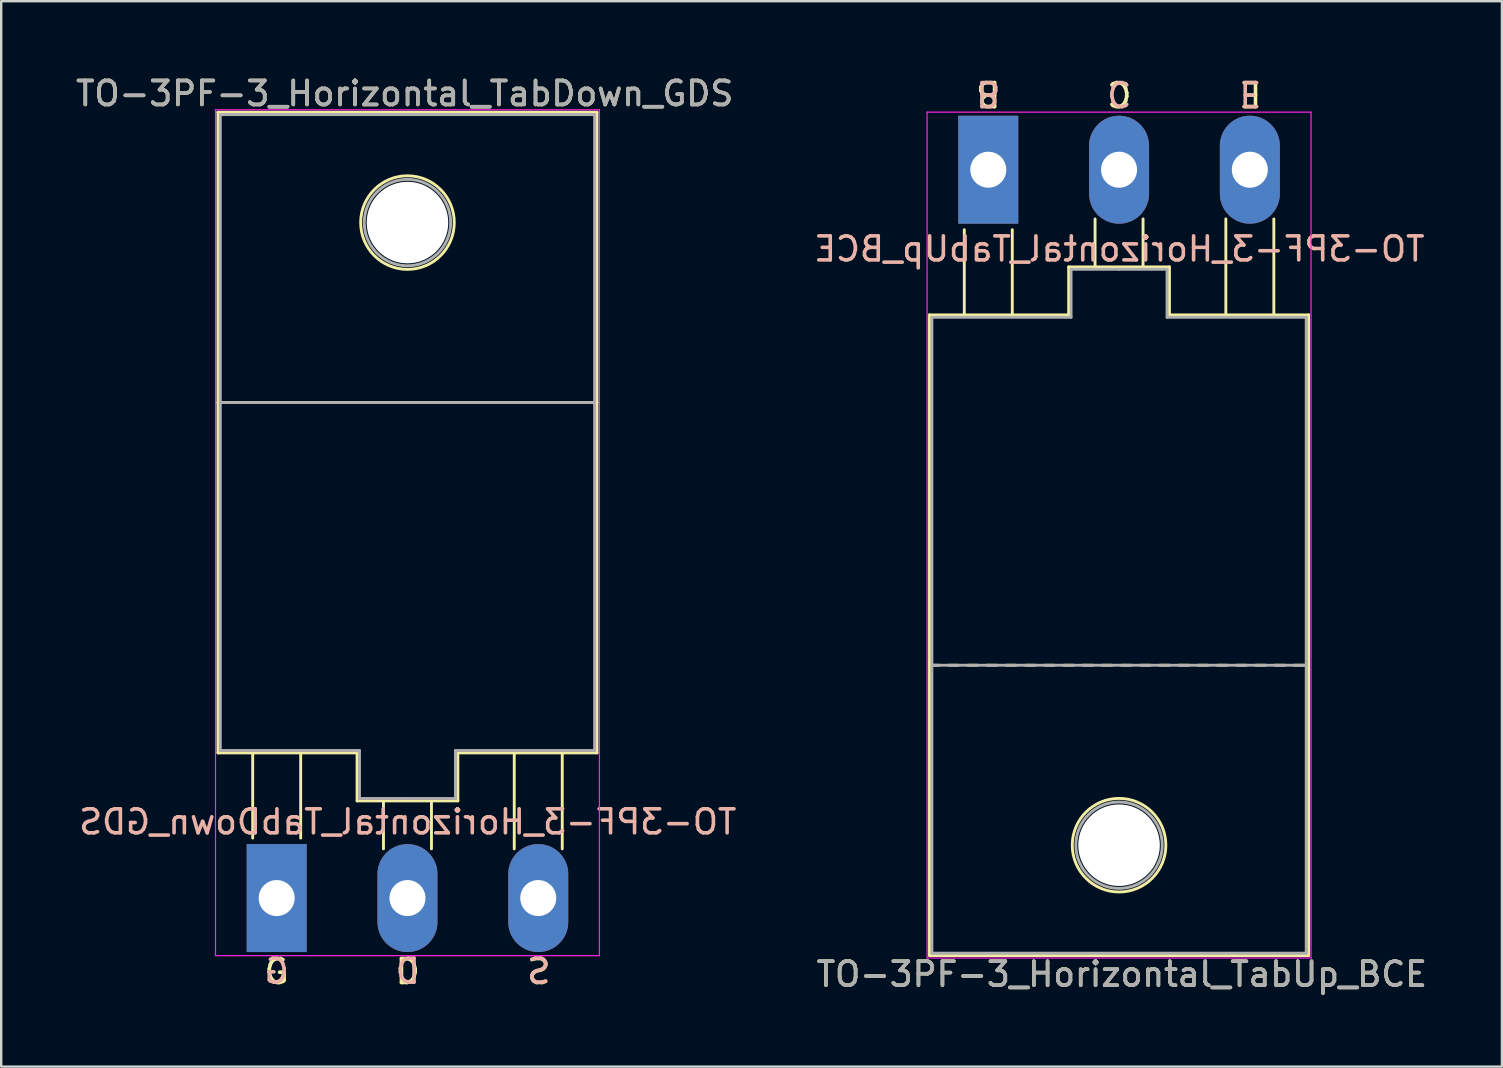
<source format=kicad_pcb>
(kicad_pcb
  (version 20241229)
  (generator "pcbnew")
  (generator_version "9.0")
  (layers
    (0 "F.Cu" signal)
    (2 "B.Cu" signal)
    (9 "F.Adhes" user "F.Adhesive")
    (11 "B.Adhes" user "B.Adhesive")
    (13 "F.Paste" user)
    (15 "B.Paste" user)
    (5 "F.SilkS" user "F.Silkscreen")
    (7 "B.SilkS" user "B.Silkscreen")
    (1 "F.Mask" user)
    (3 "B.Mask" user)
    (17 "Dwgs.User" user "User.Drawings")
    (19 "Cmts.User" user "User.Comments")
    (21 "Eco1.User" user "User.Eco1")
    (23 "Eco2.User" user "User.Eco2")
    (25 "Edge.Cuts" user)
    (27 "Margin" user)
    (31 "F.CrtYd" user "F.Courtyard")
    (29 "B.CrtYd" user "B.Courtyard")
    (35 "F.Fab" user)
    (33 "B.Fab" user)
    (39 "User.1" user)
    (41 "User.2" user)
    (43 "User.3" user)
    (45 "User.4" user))
  (footprint "TO-3PF-3_Horizontal_TabDown_GDS"
    (layer "F.Cu")
    (at 8.481 34.376)
    (property "Reference" "TO-3PF-3_Horizontal_TabDown_GDS" (at 5.334 -33.528 0) (layer "F.SilkS") (effects (font (size 1 1) (thickness 0.15))))
    (fp_line (start -2.45 -32.75) (end 13.35 -32.75) (stroke (width 0.12) (type solid)) (layer "F.SilkS"))
    (fp_line (start -2.45 -6.05) (end -2.45 -32.75) (stroke (width 0.12) (type solid)) (layer "F.SilkS"))
    (fp_line (start -1 -6) (end -1 -2.5) (stroke (width 0.12) (type solid)) (layer "F.SilkS"))
    (fp_line (start 1 -6) (end 1 -2.5) (stroke (width 0.12) (type solid)) (layer "F.SilkS"))
    (fp_line (start 3.35 -6.05) (end -2.45 -6.05) (stroke (width 0.12) (type solid)) (layer "F.SilkS"))
    (fp_line (start 3.35 -4.05) (end 3.35 -6.05) (stroke (width 0.12) (type solid)) (layer "F.SilkS"))
    (fp_line (start 4.45 -4.05) (end 4.45 -2.05) (stroke (width 0.12) (type solid)) (layer "F.SilkS"))
    (fp_line (start 6.45 -4.05) (end 6.45 -2.05) (stroke (width 0.12) (type solid)) (layer "F.SilkS"))
    (fp_line (start 7.55 -6.05) (end 7.55 -4.05) (stroke (width 0.12) (type solid)) (layer "F.SilkS"))
    (fp_line (start 7.55 -4.05) (end 3.35 -4.05) (stroke (width 0.12) (type solid)) (layer "F.SilkS"))
    (fp_line (start 9.9 -6) (end 9.9 -2.05) (stroke (width 0.12) (type solid)) (layer "F.SilkS"))
    (fp_line (start 11.9 -6) (end 11.9 -2.05) (stroke (width 0.12) (type solid)) (layer "F.SilkS"))
    (fp_line (start 13.35 -32.75) (end 13.35 -6.05) (stroke (width 0.12) (type solid)) (layer "F.SilkS"))
    (fp_line (start 13.35 -20.65) (end -2.45 -20.65) (stroke (width 0.12) (type solid)) (layer "F.SilkS"))
    (fp_line (start 13.35 -6.05) (end 7.55 -6.05) (stroke (width 0.12) (type solid)) (layer "F.SilkS"))
    (fp_circle (center 5.45 -28.15) (end 7.4 -28.15) (stroke (width 0.12) (type solid)) (fill no) (layer "F.SilkS"))
    (fp_line (start -2.55 -32.85) (end -2.55 2.4) (stroke (width 0.05) (type solid)) (layer "F.CrtYd"))
    (fp_line (start -2.55 2.4) (end 13.45 2.4) (stroke (width 0.05) (type solid)) (layer "F.CrtYd"))
    (fp_line (start 13.45 -32.85) (end -2.55 -32.85) (stroke (width 0.05) (type solid)) (layer "F.CrtYd"))
    (fp_line (start 13.45 2.4) (end 13.45 -32.85) (stroke (width 0.05) (type solid)) (layer "F.CrtYd"))
    (fp_line (start -2.35 -32.65) (end 13.25 -32.65) (stroke (width 0.12) (type solid)) (layer "F.Fab"))
    (fp_line (start -2.35 -20.65) (end 13.25 -20.65) (stroke (width 0.12) (type solid)) (layer "F.Fab"))
    (fp_line (start -2.35 -6.15) (end -2.35 -32.65) (stroke (width 0.12) (type solid)) (layer "F.Fab"))
    (fp_line (start 3.45 -6.15) (end -2.35 -6.15) (stroke (width 0.12) (type solid)) (layer "F.Fab"))
    (fp_line (start 3.45 -4.15) (end 3.45 -6.15) (stroke (width 0.12) (type solid)) (layer "F.Fab"))
    (fp_line (start 5.45 -4.15) (end 3.45 -4.15) (stroke (width 0.12) (type solid)) (layer "F.Fab"))
    (fp_line (start 5.45 -4.15) (end 7.45 -4.15) (stroke (width 0.12) (type solid)) (layer "F.Fab"))
    (fp_line (start 7.45 -4.15) (end 7.45 -6.15) (stroke (width 0.12) (type solid)) (layer "F.Fab"))
    (fp_line (start 13.25 -32.65) (end 13.25 -6.15) (stroke (width 0.12) (type solid)) (layer "F.Fab"))
    (fp_line (start 13.25 -6.15) (end 7.45 -6.15) (stroke (width 0.12) (type solid)) (layer "F.Fab"))
    (fp_circle (center 5.45 -28.15) (end 7.25 -28.15) (stroke (width 0.12) (type solid)) (fill no) (layer "F.Fab"))
    (fp_text user "G" (at 0 3.064 0) (unlocked yes) (layer "F.SilkS") (effects (font (size 1 1) (thickness 0.15))))
    (fp_text user "D" (at 5.461 3.064 0) (unlocked yes) (layer "F.SilkS") (effects (font (size 1 1) (thickness 0.15))))
    (fp_text user "S" (at 10.922 3.064 0) (layer "F.SilkS") (effects (font (size 1 1) (thickness 0.15)) (justify mirror)))
    (fp_text user "G" (at 0 3.048 0) (unlocked yes) (layer "B.SilkS") (effects (font (size 1 1) (thickness 0.15)) (justify mirror)))
    (fp_text user "${REFERENCE}" (at 5.461 -3.175 0) (layer "B.SilkS") (effects (font (size 1 1) (thickness 0.15)) (justify mirror)))
    (fp_text user "D" (at 5.461 3.048 0) (unlocked yes) (layer "B.SilkS") (effects (font (size 1 1) (thickness 0.15)) (justify mirror)))
    (fp_text user "S" (at 10.922 3.048 0) (layer "B.SilkS") (effects (font (size 1 1) (thickness 0.15)) (justify mirror)))
    (fp_text user "${REFERENCE}" (at 5.334 -33.528 0) (layer "F.Fab") (effects (font (size 1 1) (thickness 0.15))))
    (pad "" np_thru_hole circle (at 5.45 -28.15) (size 3.4 3.4) (drill 3.4) (layers "*.Cu" "*.Mask"))
    (pad "1" thru_hole rect (at 0 0) (size 2.5 4.5) (drill 1.5) (layers "*.Cu" "*.Mask"))
    (pad "2" thru_hole oval (at 5.45 0) (size 2.5 4.5) (drill 1.5) (layers "*.Cu" "*.Mask"))
    (pad "3" thru_hole oval (at 10.9 0) (size 2.5 4.5) (drill 1.5) (layers "*.Cu" "*.Mask")))
  (footprint "TO-3PF-3_Horizontal_TabUp_BCE"
    (layer "F.Cu")
    (at 38.136 4.023)
    (property "Reference" "TO-3PF-3_Horizontal_TabUp_BCE" (at 5.566 33.528 180) (layer "F.SilkS") (effects (font (size 1 1) (thickness 0.15))))
    (fp_line (start -2.45 6.05) (end 3.35 6.05) (stroke (width 0.12) (type solid)) (layer "F.SilkS"))
    (fp_line (start -2.45 20.65) (end -2.05 20.65) (stroke (width 0.12) (type solid)) (layer "F.SilkS"))
    (fp_line (start -2.45 32.75) (end -2.45 6.05) (stroke (width 0.12) (type solid)) (layer "F.SilkS"))
    (fp_line (start -1.65 20.65) (end -1.25 20.65) (stroke (width 0.12) (type solid)) (layer "F.SilkS"))
    (fp_line (start -1 6) (end -1 2.5) (stroke (width 0.12) (type solid)) (layer "F.SilkS"))
    (fp_line (start -0.85 20.65) (end -0.45 20.65) (stroke (width 0.12) (type solid)) (layer "F.SilkS"))
    (fp_line (start -0.05 20.65) (end 0.35 20.65) (stroke (width 0.12) (type solid)) (layer "F.SilkS"))
    (fp_line (start 0.75 20.65) (end 1.15 20.65) (stroke (width 0.12) (type solid)) (layer "F.SilkS"))
    (fp_line (start 1 6) (end 1 2.5) (stroke (width 0.12) (type solid)) (layer "F.SilkS"))
    (fp_line (start 1.55 20.65) (end 1.95 20.65) (stroke (width 0.12) (type solid)) (layer "F.SilkS"))
    (fp_line (start 2.35 20.65) (end 2.75 20.65) (stroke (width 0.12) (type solid)) (layer "F.SilkS"))
    (fp_line (start 3.15 20.65) (end 3.55 20.65) (stroke (width 0.12) (type solid)) (layer "F.SilkS"))
    (fp_line (start 3.35 4.05) (end 7.55 4.05) (stroke (width 0.12) (type solid)) (layer "F.SilkS"))
    (fp_line (start 3.35 6.05) (end 3.35 4.05) (stroke (width 0.12) (type solid)) (layer "F.SilkS"))
    (fp_line (start 3.95 20.65) (end 4.35 20.65) (stroke (width 0.12) (type solid)) (layer "F.SilkS"))
    (fp_line (start 4.45 4.05) (end 4.45 2.05) (stroke (width 0.12) (type solid)) (layer "F.SilkS"))
    (fp_line (start 4.75 20.65) (end 5.15 20.65) (stroke (width 0.12) (type solid)) (layer "F.SilkS"))
    (fp_line (start 5.55 20.65) (end 5.95 20.65) (stroke (width 0.12) (type solid)) (layer "F.SilkS"))
    (fp_line (start 6.35 20.65) (end 6.75 20.65) (stroke (width 0.12) (type solid)) (layer "F.SilkS"))
    (fp_line (start 6.45 4.05) (end 6.45 2.05) (stroke (width 0.12) (type solid)) (layer "F.SilkS"))
    (fp_line (start 7.15 20.65) (end 7.55 20.65) (stroke (width 0.12) (type solid)) (layer "F.SilkS"))
    (fp_line (start 7.55 4.05) (end 7.55 6.05) (stroke (width 0.12) (type solid)) (layer "F.SilkS"))
    (fp_line (start 7.55 6.05) (end 13.35 6.05) (stroke (width 0.12) (type solid)) (layer "F.SilkS"))
    (fp_line (start 7.95 20.65) (end 8.35 20.65) (stroke (width 0.12) (type solid)) (layer "F.SilkS"))
    (fp_line (start 8.75 20.65) (end 9.15 20.65) (stroke (width 0.12) (type solid)) (layer "F.SilkS"))
    (fp_line (start 9.55 20.65) (end 9.95 20.65) (stroke (width 0.12) (type solid)) (layer "F.SilkS"))
    (fp_line (start 9.9 6) (end 9.9 2.05) (stroke (width 0.12) (type solid)) (layer "F.SilkS"))
    (fp_line (start 10.35 20.65) (end 10.75 20.65) (stroke (width 0.12) (type solid)) (layer "F.SilkS"))
    (fp_line (start 11.15 20.65) (end 11.55 20.65) (stroke (width 0.12) (type solid)) (layer "F.SilkS"))
    (fp_line (start 11.9 6) (end 11.9 2.05) (stroke (width 0.12) (type solid)) (layer "F.SilkS"))
    (fp_line (start 11.95 20.65) (end 12.35 20.65) (stroke (width 0.12) (type solid)) (layer "F.SilkS"))
    (fp_line (start 12.75 20.65) (end 13.15 20.65) (stroke (width 0.12) (type solid)) (layer "F.SilkS"))
    (fp_line (start 13.35 6.05) (end 13.35 32.75) (stroke (width 0.12) (type solid)) (layer "F.SilkS"))
    (fp_line (start 13.35 32.75) (end -2.45 32.75) (stroke (width 0.12) (type solid)) (layer "F.SilkS"))
    (fp_circle (center 5.45 28.15) (end 3.5 28.15) (stroke (width 0.12) (type solid)) (fill no) (layer "F.SilkS"))
    (fp_line (start -2.55 -2.4) (end -2.55 32.85) (stroke (width 0.05) (type solid)) (layer "F.CrtYd"))
    (fp_line (start -2.55 32.85) (end 13.45 32.85) (stroke (width 0.05) (type solid)) (layer "F.CrtYd"))
    (fp_line (start 13.45 -2.4) (end -2.55 -2.4) (stroke (width 0.05) (type solid)) (layer "F.CrtYd"))
    (fp_line (start 13.45 32.85) (end 13.45 -2.4) (stroke (width 0.05) (type solid)) (layer "F.CrtYd"))
    (fp_line (start -2.35 6.15) (end 3.45 6.15) (stroke (width 0.12) (type solid)) (layer "F.Fab"))
    (fp_line (start -2.35 32.65) (end -2.35 6.15) (stroke (width 0.12) (type solid)) (layer "F.Fab"))
    (fp_line (start 3.45 4.15) (end 3.45 6.15) (stroke (width 0.12) (type solid)) (layer "F.Fab"))
    (fp_line (start 5.45 4.15) (end 3.45 4.15) (stroke (width 0.12) (type solid)) (layer "F.Fab"))
    (fp_line (start 5.45 4.15) (end 7.45 4.15) (stroke (width 0.12) (type solid)) (layer "F.Fab"))
    (fp_line (start 7.45 4.15) (end 7.45 6.15) (stroke (width 0.12) (type solid)) (layer "F.Fab"))
    (fp_line (start 7.45 6.15) (end 13.25 6.15) (stroke (width 0.12) (type solid)) (layer "F.Fab"))
    (fp_line (start 13.25 6.15) (end 13.25 32.65) (stroke (width 0.12) (type solid)) (layer "F.Fab"))
    (fp_line (start 13.25 20.65) (end -2.35 20.65) (stroke (width 0.12) (type solid)) (layer "F.Fab"))
    (fp_line (start 13.25 32.65) (end -2.35 32.65) (stroke (width 0.12) (type solid)) (layer "F.Fab"))
    (fp_circle (center 5.45 28.15) (end 3.65 28.15) (stroke (width 0.12) (type solid)) (fill no) (layer "F.Fab"))
    (fp_text user "B" (at 0 -3.175 180) (unlocked yes) (layer "F.SilkS") (effects (font (size 1 1) (thickness 0.15))))
    (fp_text user "E" (at 10.922 -3.175 180) (unlocked yes) (layer "F.SilkS") (effects (font (size 1 1) (thickness 0.15))))
    (fp_text user "C" (at 5.461 -3.175 180) (unlocked yes) (layer "F.SilkS") (effects (font (size 1 1) (thickness 0.15))))
    (fp_text user "E" (at 10.922 -3.175 180) (unlocked yes) (layer "B.SilkS") (effects (font (size 1 1) (thickness 0.15)) (justify mirror)))
    (fp_text user "C" (at 5.461 -3.175 180) (unlocked yes) (layer "B.SilkS") (effects (font (size 1 1) (thickness 0.15)) (justify mirror)))
    (fp_text user "${REFERENCE}" (at 5.461 3.302 0) (layer "B.SilkS") (effects (font (size 1 1) (thickness 0.15)) (justify mirror)))
    (fp_text user "B" (at 0 -3.175 180) (unlocked yes) (layer "B.SilkS") (effects (font (size 1 1) (thickness 0.15)) (justify mirror)))
    (fp_text user "${REFERENCE}" (at 5.566 33.528 180) (layer "F.Fab") (effects (font (size 1 1) (thickness 0.15))))
    (pad "" np_thru_hole circle (at 5.45 28.15) (size 3.4 3.4) (drill 3.4) (layers "*.Cu" "*.Mask"))
    (pad "1" thru_hole rect (at 0 0) (size 2.5 4.5) (drill 1.5) (layers "*.Cu" "*.Mask"))
    (pad "2" thru_hole oval (at 5.45 0) (size 2.5 4.5) (drill 1.5) (layers "*.Cu" "*.Mask"))
    (pad "3" thru_hole oval (at 10.9 0) (size 2.5 4.5) (drill 1.5) (layers "*.Cu" "*.Mask")))
  (gr_rect
    (start -3 -3)
    (end 59.542 41.4)
    (stroke (width 0.1) (type default))
    (fill no)
    (layer "Edge.Cuts")))
</source>
